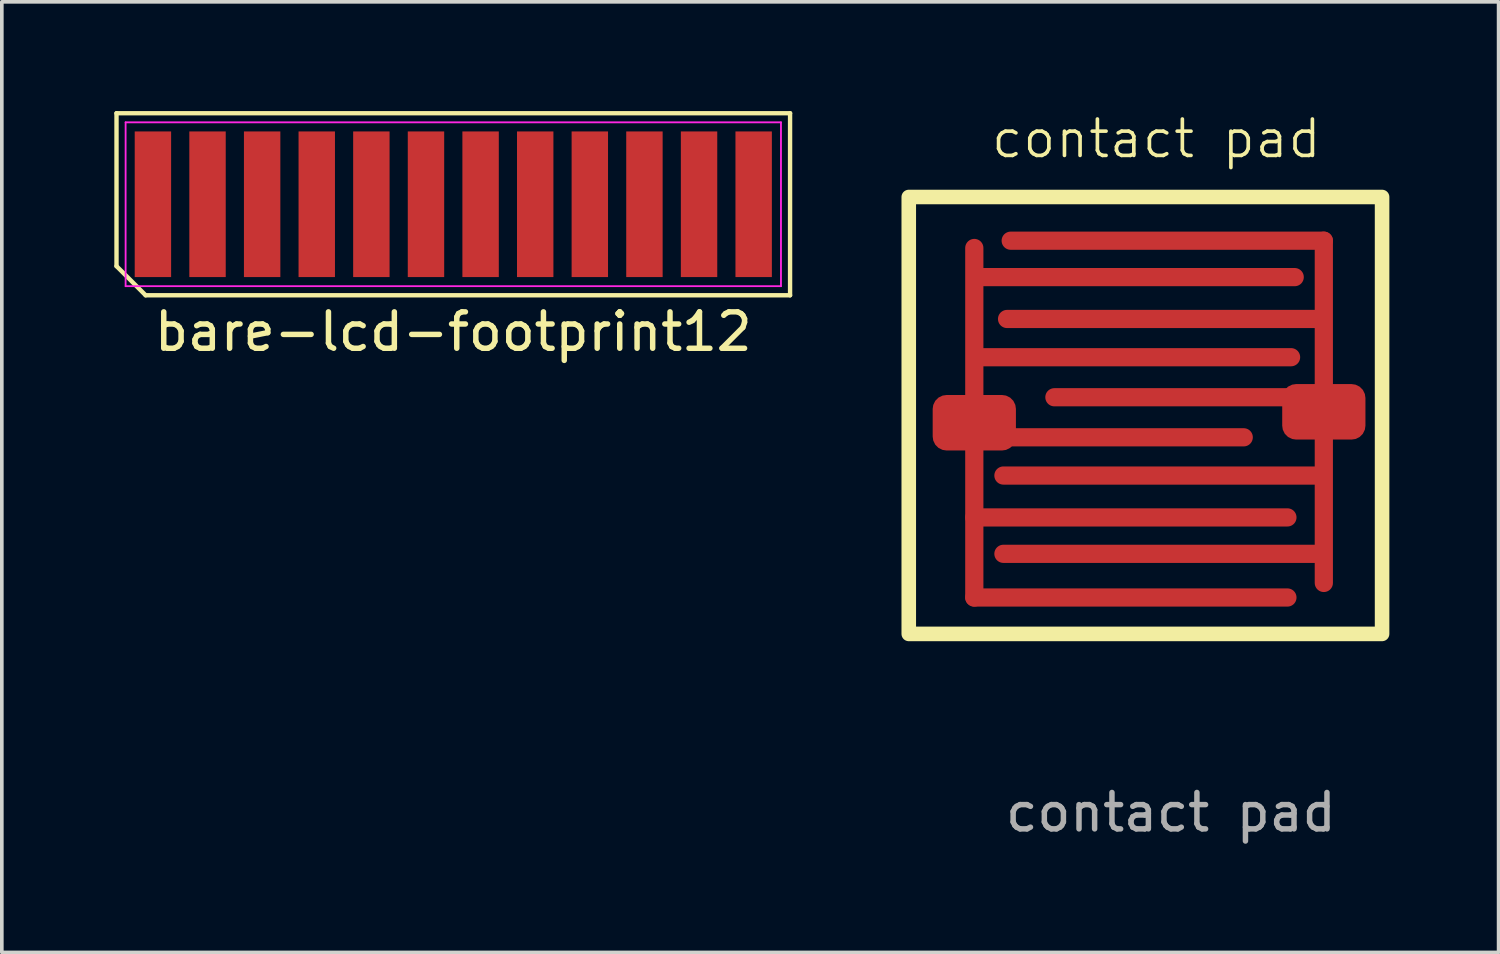
<source format=kicad_pcb>
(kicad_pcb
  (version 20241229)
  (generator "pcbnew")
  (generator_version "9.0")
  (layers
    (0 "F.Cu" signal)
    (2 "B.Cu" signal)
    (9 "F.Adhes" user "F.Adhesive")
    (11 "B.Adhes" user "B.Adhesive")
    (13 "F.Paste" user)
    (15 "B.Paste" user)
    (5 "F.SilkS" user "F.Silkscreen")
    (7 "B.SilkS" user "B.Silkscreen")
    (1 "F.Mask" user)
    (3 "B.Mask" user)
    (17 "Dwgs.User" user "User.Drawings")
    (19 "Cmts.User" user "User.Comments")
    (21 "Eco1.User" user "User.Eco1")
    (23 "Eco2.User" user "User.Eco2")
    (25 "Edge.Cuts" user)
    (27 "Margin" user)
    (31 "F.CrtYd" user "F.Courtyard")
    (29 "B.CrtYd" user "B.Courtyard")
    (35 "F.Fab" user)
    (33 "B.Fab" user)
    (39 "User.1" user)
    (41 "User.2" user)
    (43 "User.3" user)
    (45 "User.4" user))
  (footprint "bare-lcd-footprint12"
    (layer "F.Cu")
    (at 9.4 2.56)
    (property "Reference" "bare-lcd-footprint12" (at 0 3.5 0) (layer "F.SilkS") (effects (font (size 1 1) (thickness 0.15))))
    (attr through_hole)
    (fp_line (start -9.25 -2.5) (end 9.25 -2.5) (stroke (width 0.12) (type default)) (layer "F.SilkS"))
    (fp_line (start -9.25 1.7) (end -9.25 -2.5) (stroke (width 0.12) (type default)) (layer "F.SilkS"))
    (fp_line (start -8.45 2.5) (end -9.25 1.7) (stroke (width 0.12) (type default)) (layer "F.SilkS"))
    (fp_line (start 9.25 -2.5) (end 9.25 2.5) (stroke (width 0.12) (type default)) (layer "F.SilkS"))
    (fp_line (start 9.25 2.5) (end -8.45 2.5) (stroke (width 0.12) (type default)) (layer "F.SilkS"))
    (fp_line (start -9 -2.25) (end 9 -2.25) (stroke (width 0.05) (type default)) (layer "F.CrtYd"))
    (fp_line (start -9 2.25) (end -9 -2.25) (stroke (width 0.05) (type default)) (layer "F.CrtYd"))
    (fp_line (start 9 -2.25) (end 9 2.25) (stroke (width 0.05) (type default)) (layer "F.CrtYd"))
    (fp_line (start 9 2.25) (end -9 2.25) (stroke (width 0.05) (type default)) (layer "F.CrtYd"))
    (pad "1" smd rect (at -8.25 0) (size 1 4) (layers "F.Cu" "F.Mask" "F.Paste"))
    (pad "2" smd rect (at -6.75 0) (size 1 4) (layers "F.Cu" "F.Mask" "F.Paste"))
    (pad "3" smd rect (at -5.25 0) (size 1 4) (layers "F.Cu" "F.Mask" "F.Paste"))
    (pad "4" smd rect (at -3.75 0) (size 1 4) (layers "F.Cu" "F.Mask" "F.Paste"))
    (pad "5" smd rect (at -2.25 0) (size 1 4) (layers "F.Cu" "F.Mask" "F.Paste"))
    (pad "6" smd rect (at -0.75 0) (size 1 4) (layers "F.Cu" "F.Mask" "F.Paste"))
    (pad "7" smd rect (at 0.75 0) (size 1 4) (layers "F.Cu" "F.Mask" "F.Paste"))
    (pad "8" smd rect (at 2.25 0) (size 1 4) (layers "F.Cu" "F.Mask" "F.Paste"))
    (pad "9" smd rect (at 3.75 0) (size 1 4) (layers "F.Cu" "F.Mask" "F.Paste"))
    (pad "10" smd rect (at 5.25 0) (size 1 4) (layers "F.Cu" "F.Mask" "F.Paste"))
    (pad "11" smd rect (at 6.75 0) (size 1 4) (layers "F.Cu" "F.Mask" "F.Paste"))
    (pad "12" smd rect (at 8.25 0) (size 1 4) (layers "F.Cu" "F.Mask" "F.Paste"))
    (zone (net_name "") (layer "F.SilkS") (hatch edge 0.5) (connect_pads) (min_thickness 0.25) (filled_areas_thickness no) (keepout (tracks not_allowed) (vias not_allowed) (pads not_allowed) (copperpour allowed) (footprints allowed)) (placement (enabled no)) (fill) (polygon (pts (xy 0.15 0.06) (xy 18.65 0.06) (xy 18.65 5.06) (xy 0 5.16)))))
  (footprint "contact pad"
    (layer "F.Cu")
    (at 28.71 13.361)
    (property "Reference" "contact pad" (at 0 -12.6 0) (unlocked yes) (layer "F.SilkS") (effects (font (size 1 1) (thickness 0.1))))
    (attr smd)
    (fp_line (start -5 -9.6) (end -5 0) (stroke (width 0.5) (type default)) (layer "F.Cu"))
    (fp_line (start -5 -4.4) (end 2.4 -4.4) (stroke (width 0.5) (type default)) (layer "F.Cu"))
    (fp_line (start -5 -2.2) (end 3.6 -2.2) (stroke (width 0.5) (type default)) (layer "F.Cu"))
    (fp_line (start -5 0) (end 3.6 0) (stroke (width 0.5) (type default)) (layer "F.Cu"))
    (fp_line (start -4.9 -6.6) (end 3.7 -6.6) (stroke (width 0.5) (type default)) (layer "F.Cu"))
    (fp_line (start -4.8 -8.8) (end 3.8 -8.8) (stroke (width 0.5) (type default)) (layer "F.Cu"))
    (fp_line (start -4.2 -3.35) (end 4.4 -3.35) (stroke (width 0.5) (type default)) (layer "F.Cu"))
    (fp_line (start -4.2 -1.2) (end 4.4 -1.2) (stroke (width 0.5) (type default)) (layer "F.Cu"))
    (fp_line (start -4.1 -7.65) (end 4.5 -7.65) (stroke (width 0.5) (type default)) (layer "F.Cu"))
    (fp_line (start -4 -9.8) (end 4.6 -9.8) (stroke (width 0.5) (type default)) (layer "F.Cu"))
    (fp_line (start -2.8 -5.5) (end 4.6 -5.5) (stroke (width 0.5) (type default)) (layer "F.Cu"))
    (fp_line (start 4.6 -9.8) (end 4.6 -0.4) (stroke (width 0.5) (type default)) (layer "F.Cu"))
    (fp_rect (start -6.8 -11) (end 6.2 1) (stroke (width 0.4) (type default)) (fill no) (layer "F.SilkS"))
    (fp_text user "${REFERENCE}" (at 0.4 5.9 0) (unlocked yes) (layer "F.Fab") (effects (font (size 1 1) (thickness 0.15))))
    (pad "1" smd roundrect (at -5 -4.8) (size 2.286 1.524) (layers "F.Cu" "F.Mask" "F.Paste") (roundrect_rratio 0.25))
    (pad "2" smd roundrect (at 4.6 -5.1) (size 2.286 1.524) (layers "F.Cu" "F.Mask" "F.Paste") (roundrect_rratio 0.25)))
  (gr_rect
    (start -3 -3)
    (end 38.11 23.109)
    (stroke (width 0.1) (type default))
    (fill no)
    (layer "Edge.Cuts")))
</source>
